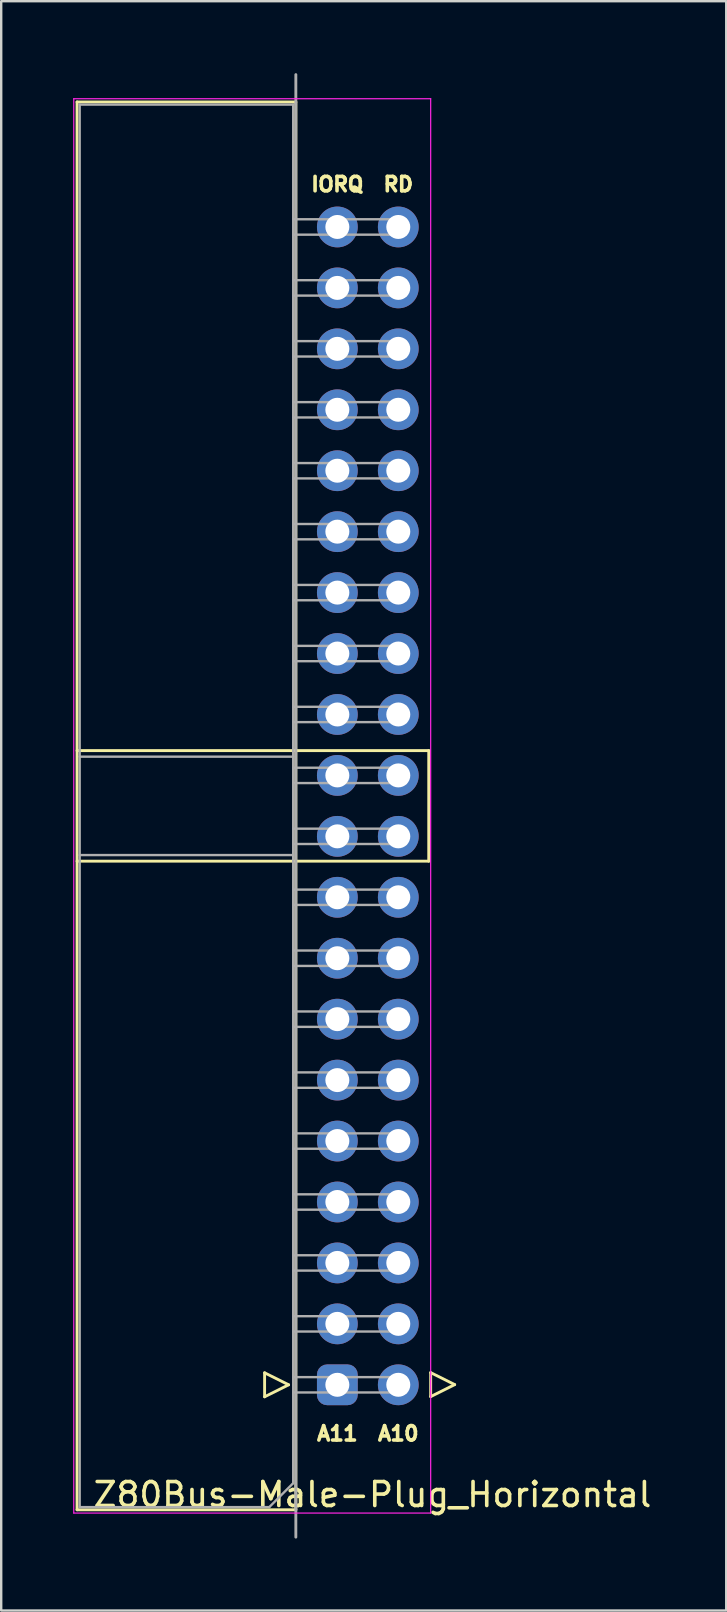
<source format=kicad_pcb>
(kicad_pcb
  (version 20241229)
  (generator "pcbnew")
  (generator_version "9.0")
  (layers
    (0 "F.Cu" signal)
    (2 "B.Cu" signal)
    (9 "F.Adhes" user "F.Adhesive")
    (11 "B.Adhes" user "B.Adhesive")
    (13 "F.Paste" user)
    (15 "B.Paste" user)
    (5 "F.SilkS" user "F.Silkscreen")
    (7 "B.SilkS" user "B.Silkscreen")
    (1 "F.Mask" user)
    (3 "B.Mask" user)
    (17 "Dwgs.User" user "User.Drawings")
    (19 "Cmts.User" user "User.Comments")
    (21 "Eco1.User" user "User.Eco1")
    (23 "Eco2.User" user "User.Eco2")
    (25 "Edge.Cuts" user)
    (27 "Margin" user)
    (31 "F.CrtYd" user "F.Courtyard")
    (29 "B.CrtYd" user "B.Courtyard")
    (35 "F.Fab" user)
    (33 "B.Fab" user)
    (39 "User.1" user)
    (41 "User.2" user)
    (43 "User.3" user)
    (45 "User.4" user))
  (footprint "Z80Bus-Male-Plug_Horizontal"
    (layer "F.Cu")
    (at 12.281 30.54)
    (property "Reference" "Z80Bus-Male-Plug_Horizontal" (at 0.195 28.706 180) (layer "F.SilkS") (effects (font (size 1 1) (thickness 0.15))))
    (attr through_hole)
    (fp_line (start -12.12 -29.34) (end -3 -29.34) (stroke (width 0.12) (type solid)) (layer "F.SilkS"))
    (fp_line (start -12.12 29.34) (end -12.12 -29.34) (stroke (width 0.12) (type solid)) (layer "F.SilkS"))
    (fp_line (start -4.302 23.63) (end -4.302 24.63) (stroke (width 0.12) (type solid)) (layer "F.SilkS"))
    (fp_line (start -4.302 24.63) (end -3.302 24.13) (stroke (width 0.12) (type solid)) (layer "F.SilkS"))
    (fp_line (start -3.302 24.13) (end -4.302 23.63) (stroke (width 0.12) (type solid)) (layer "F.SilkS"))
    (fp_line (start -3 -29.34) (end -3 29.34) (stroke (width 0.12) (type solid)) (layer "F.SilkS"))
    (fp_line (start -3 29.34) (end -12.12 29.34) (stroke (width 0.12) (type solid)) (layer "F.SilkS"))
    (fp_line (start 2.54 -2.304) (end -12.12 -2.304) (stroke (width 0.12) (type solid)) (layer "F.SilkS"))
    (fp_line (start 2.54 -2.304) (end 2.54 2.304) (stroke (width 0.12) (type solid)) (layer "F.SilkS"))
    (fp_line (start 2.54 2.304) (end -12.12 2.304) (stroke (width 0.12) (type solid)) (layer "F.SilkS"))
    (fp_line (start 2.62 23.622) (end 2.62 24.622) (stroke (width 0.12) (type solid)) (layer "F.SilkS"))
    (fp_line (start 2.62 24.622) (end 3.62 24.122) (stroke (width 0.12) (type solid)) (layer "F.SilkS"))
    (fp_line (start 3.62 24.122) (end 2.62 23.622) (stroke (width 0.12) (type solid)) (layer "F.SilkS"))
    (fp_line (start -12.256 -29.476) (end -12.256 29.476) (stroke (width 0.05) (type solid)) (layer "F.CrtYd"))
    (fp_line (start -12.256 29.476) (end 2.62 29.476) (stroke (width 0.05) (type solid)) (layer "F.CrtYd"))
    (fp_line (start 2.62 -29.476) (end -12.256 -29.476) (stroke (width 0.05) (type solid)) (layer "F.CrtYd"))
    (fp_line (start 2.62 29.476) (end 2.62 -29.476) (stroke (width 0.05) (type solid)) (layer "F.CrtYd"))
    (fp_line (start -12.01 -29.23) (end -3.11 -29.23) (stroke (width 0.1) (type solid)) (layer "F.Fab"))
    (fp_line (start -12.01 29.23) (end -12.01 -29.23) (stroke (width 0.1) (type solid)) (layer "F.Fab"))
    (fp_line (start -4.11 29.23) (end -12.01 29.23) (stroke (width 0.1) (type solid)) (layer "F.Fab"))
    (fp_line (start -3.11 -29.23) (end -3.11 28.23) (stroke (width 0.1) (type solid)) (layer "F.Fab"))
    (fp_line (start -3.11 -23.81) (end 1.59 -23.81) (stroke (width 0.1) (type solid)) (layer "F.Fab"))
    (fp_line (start -3.11 -21.27) (end 1.59 -21.27) (stroke (width 0.1) (type solid)) (layer "F.Fab"))
    (fp_line (start -3.11 -18.73) (end 1.59 -18.73) (stroke (width 0.1) (type solid)) (layer "F.Fab"))
    (fp_line (start -3.11 -16.19) (end 1.59 -16.19) (stroke (width 0.1) (type solid)) (layer "F.Fab"))
    (fp_line (start -3.11 -13.65) (end 1.59 -13.65) (stroke (width 0.1) (type solid)) (layer "F.Fab"))
    (fp_line (start -3.11 -11.11) (end 1.59 -11.11) (stroke (width 0.1) (type solid)) (layer "F.Fab"))
    (fp_line (start -3.11 -8.57) (end 1.59 -8.57) (stroke (width 0.1) (type solid)) (layer "F.Fab"))
    (fp_line (start -3.11 -6.03) (end 1.59 -6.03) (stroke (width 0.1) (type solid)) (layer "F.Fab"))
    (fp_line (start -3.11 -3.49) (end 1.59 -3.49) (stroke (width 0.1) (type solid)) (layer "F.Fab"))
    (fp_line (start -3.11 -2.05) (end -12.01 -2.05) (stroke (width 0.1) (type solid)) (layer "F.Fab"))
    (fp_line (start -3.11 -0.95) (end 1.59 -0.95) (stroke (width 0.1) (type solid)) (layer "F.Fab"))
    (fp_line (start -3.11 1.59) (end 1.59 1.59) (stroke (width 0.1) (type solid)) (layer "F.Fab"))
    (fp_line (start -3.11 2.05) (end -12.01 2.05) (stroke (width 0.1) (type solid)) (layer "F.Fab"))
    (fp_line (start -3.11 4.13) (end 1.59 4.13) (stroke (width 0.1) (type solid)) (layer "F.Fab"))
    (fp_line (start -3.11 6.67) (end 1.59 6.67) (stroke (width 0.1) (type solid)) (layer "F.Fab"))
    (fp_line (start -3.11 9.21) (end 1.59 9.21) (stroke (width 0.1) (type solid)) (layer "F.Fab"))
    (fp_line (start -3.11 11.75) (end 1.59 11.75) (stroke (width 0.1) (type solid)) (layer "F.Fab"))
    (fp_line (start -3.11 14.29) (end 1.59 14.29) (stroke (width 0.1) (type solid)) (layer "F.Fab"))
    (fp_line (start -3.11 16.83) (end 1.59 16.83) (stroke (width 0.1) (type solid)) (layer "F.Fab"))
    (fp_line (start -3.11 19.37) (end 1.59 19.37) (stroke (width 0.1) (type solid)) (layer "F.Fab"))
    (fp_line (start -3.11 21.91) (end 1.59 21.91) (stroke (width 0.1) (type solid)) (layer "F.Fab"))
    (fp_line (start -3.11 24.45) (end 1.59 24.45) (stroke (width 0.1) (type solid)) (layer "F.Fab"))
    (fp_line (start -3.11 28.23) (end -4.11 29.23) (stroke (width 0.1) (type solid)) (layer "F.Fab"))
    (fp_line (start -3 -30.48) (end -3 30.48) (stroke (width 0.12) (type solid)) (layer "F.Fab"))
    (fp_line (start 1.59 -24.45) (end -3.11 -24.45) (stroke (width 0.1) (type solid)) (layer "F.Fab"))
    (fp_line (start 1.59 -23.81) (end 1.59 -24.45) (stroke (width 0.1) (type solid)) (layer "F.Fab"))
    (fp_line (start 1.59 -21.91) (end -3.11 -21.91) (stroke (width 0.1) (type solid)) (layer "F.Fab"))
    (fp_line (start 1.59 -21.27) (end 1.59 -21.91) (stroke (width 0.1) (type solid)) (layer "F.Fab"))
    (fp_line (start 1.59 -19.37) (end -3.11 -19.37) (stroke (width 0.1) (type solid)) (layer "F.Fab"))
    (fp_line (start 1.59 -18.73) (end 1.59 -19.37) (stroke (width 0.1) (type solid)) (layer "F.Fab"))
    (fp_line (start 1.59 -16.83) (end -3.11 -16.83) (stroke (width 0.1) (type solid)) (layer "F.Fab"))
    (fp_line (start 1.59 -16.19) (end 1.59 -16.83) (stroke (width 0.1) (type solid)) (layer "F.Fab"))
    (fp_line (start 1.59 -14.29) (end -3.11 -14.29) (stroke (width 0.1) (type solid)) (layer "F.Fab"))
    (fp_line (start 1.59 -13.65) (end 1.59 -14.29) (stroke (width 0.1) (type solid)) (layer "F.Fab"))
    (fp_line (start 1.59 -11.75) (end -3.11 -11.75) (stroke (width 0.1) (type solid)) (layer "F.Fab"))
    (fp_line (start 1.59 -11.11) (end 1.59 -11.75) (stroke (width 0.1) (type solid)) (layer "F.Fab"))
    (fp_line (start 1.59 -9.21) (end -3.11 -9.21) (stroke (width 0.1) (type solid)) (layer "F.Fab"))
    (fp_line (start 1.59 -8.57) (end 1.59 -9.21) (stroke (width 0.1) (type solid)) (layer "F.Fab"))
    (fp_line (start 1.59 -6.67) (end -3.11 -6.67) (stroke (width 0.1) (type solid)) (layer "F.Fab"))
    (fp_line (start 1.59 -6.03) (end 1.59 -6.67) (stroke (width 0.1) (type solid)) (layer "F.Fab"))
    (fp_line (start 1.59 -4.13) (end -3.11 -4.13) (stroke (width 0.1) (type solid)) (layer "F.Fab"))
    (fp_line (start 1.59 -3.49) (end 1.59 -4.13) (stroke (width 0.1) (type solid)) (layer "F.Fab"))
    (fp_line (start 1.59 -1.59) (end -3.11 -1.59) (stroke (width 0.1) (type solid)) (layer "F.Fab"))
    (fp_line (start 1.59 -0.95) (end 1.59 -1.59) (stroke (width 0.1) (type solid)) (layer "F.Fab"))
    (fp_line (start 1.59 0.95) (end -3.11 0.95) (stroke (width 0.1) (type solid)) (layer "F.Fab"))
    (fp_line (start 1.59 1.59) (end 1.59 0.95) (stroke (width 0.1) (type solid)) (layer "F.Fab"))
    (fp_line (start 1.59 3.49) (end -3.11 3.49) (stroke (width 0.1) (type solid)) (layer "F.Fab"))
    (fp_line (start 1.59 4.13) (end 1.59 3.49) (stroke (width 0.1) (type solid)) (layer "F.Fab"))
    (fp_line (start 1.59 6.03) (end -3.11 6.03) (stroke (width 0.1) (type solid)) (layer "F.Fab"))
    (fp_line (start 1.59 6.67) (end 1.59 6.03) (stroke (width 0.1) (type solid)) (layer "F.Fab"))
    (fp_line (start 1.59 8.57) (end -3.11 8.57) (stroke (width 0.1) (type solid)) (layer "F.Fab"))
    (fp_line (start 1.59 9.21) (end 1.59 8.57) (stroke (width 0.1) (type solid)) (layer "F.Fab"))
    (fp_line (start 1.59 11.11) (end -3.11 11.11) (stroke (width 0.1) (type solid)) (layer "F.Fab"))
    (fp_line (start 1.59 11.75) (end 1.59 11.11) (stroke (width 0.1) (type solid)) (layer "F.Fab"))
    (fp_line (start 1.59 13.65) (end -3.11 13.65) (stroke (width 0.1) (type solid)) (layer "F.Fab"))
    (fp_line (start 1.59 14.29) (end 1.59 13.65) (stroke (width 0.1) (type solid)) (layer "F.Fab"))
    (fp_line (start 1.59 16.19) (end -3.11 16.19) (stroke (width 0.1) (type solid)) (layer "F.Fab"))
    (fp_line (start 1.59 16.83) (end 1.59 16.19) (stroke (width 0.1) (type solid)) (layer "F.Fab"))
    (fp_line (start 1.59 18.73) (end -3.11 18.73) (stroke (width 0.1) (type solid)) (layer "F.Fab"))
    (fp_line (start 1.59 19.37) (end 1.59 18.73) (stroke (width 0.1) (type solid)) (layer "F.Fab"))
    (fp_line (start 1.59 21.27) (end -3.11 21.27) (stroke (width 0.1) (type solid)) (layer "F.Fab"))
    (fp_line (start 1.59 21.91) (end 1.59 21.27) (stroke (width 0.1) (type solid)) (layer "F.Fab"))
    (fp_line (start 1.59 23.81) (end -3.11 23.81) (stroke (width 0.1) (type solid)) (layer "F.Fab"))
    (fp_line (start 1.59 24.45) (end 1.59 23.81) (stroke (width 0.1) (type solid)) (layer "F.Fab"))
    (fp_text user "RD" (at 1.27 -25.908 0) (unlocked yes) (layer "F.SilkS") (effects (font (size 0.6 0.6) (thickness 0.15))))
    (fp_text user "A11" (at -1.27 26.162 0) (unlocked yes) (layer "F.SilkS") (effects (font (size 0.6 0.6) (thickness 0.15))))
    (fp_text user "A10" (at 1.27 26.162 0) (unlocked yes) (layer "F.SilkS") (effects (font (size 0.6 0.6) (thickness 0.15))))
    (fp_text user "IORQ" (at -1.27 -25.908 0) (unlocked yes) (layer "F.SilkS") (effects (font (size 0.6 0.6) (thickness 0.15))))
    (pad "+5V" thru_hole circle (at -1.27 -1.27 180) (size 1.7 1.7) (drill 1) (layers "*.Cu" "*.Mask"))
    (pad "1" thru_hole roundrect (at -1.27 24.13 180) (size 1.7 1.7) (drill 1) (layers "*.Cu" "*.Mask") (roundrect_rratio 0.25))
    (pad "2" thru_hole circle (at -1.27 21.59 180) (size 1.7 1.7) (drill 1) (layers "*.Cu" "*.Mask"))
    (pad "3" thru_hole circle (at -1.27 19.05 180) (size 1.7 1.7) (drill 1) (layers "*.Cu" "*.Mask"))
    (pad "4" thru_hole circle (at -1.27 16.51 180) (size 1.7 1.7) (drill 1) (layers "*.Cu" "*.Mask"))
    (pad "5" thru_hole circle (at -1.27 13.97 180) (size 1.7 1.7) (drill 1) (layers "*.Cu" "*.Mask"))
    (pad "6" thru_hole circle (at -1.27 11.43 180) (size 1.7 1.7) (drill 1) (layers "*.Cu" "*.Mask"))
    (pad "7" thru_hole circle (at -1.27 8.89 180) (size 1.7 1.7) (drill 1) (layers "*.Cu" "*.Mask"))
    (pad "8" thru_hole circle (at -1.27 6.35 180) (size 1.7 1.7) (drill 1) (layers "*.Cu" "*.Mask"))
    (pad "9" thru_hole circle (at -1.27 3.81 180) (size 1.7 1.7) (drill 1) (layers "*.Cu" "*.Mask"))
    (pad "10" thru_hole circle (at -1.27 1.27 180) (size 1.7 1.7) (drill 1) (layers "*.Cu" "*.Mask"))
    (pad "12" thru_hole circle (at -1.27 -3.81 180) (size 1.7 1.7) (drill 1) (layers "*.Cu" "*.Mask"))
    (pad "13" thru_hole circle (at -1.27 -6.35 180) (size 1.7 1.7) (drill 1) (layers "*.Cu" "*.Mask"))
    (pad "14" thru_hole circle (at -1.27 -8.89 180) (size 1.7 1.7) (drill 1) (layers "*.Cu" "*.Mask"))
    (pad "15" thru_hole circle (at -1.27 -11.43 180) (size 1.7 1.7) (drill 1) (layers "*.Cu" "*.Mask"))
    (pad "16" thru_hole circle (at -1.27 -13.97 180) (size 1.7 1.7) (drill 1) (layers "*.Cu" "*.Mask"))
    (pad "17" thru_hole circle (at -1.27 -16.51 180) (size 1.7 1.7) (drill 1) (layers "*.Cu" "*.Mask"))
    (pad "18" thru_hole circle (at -1.27 -19.05 180) (size 1.7 1.7) (drill 1) (layers "*.Cu" "*.Mask"))
    (pad "19" thru_hole circle (at -1.27 -21.59 180) (size 1.7 1.7) (drill 1) (layers "*.Cu" "*.Mask"))
    (pad "20" thru_hole circle (at -1.27 -24.13 180) (size 1.7 1.7) (drill 1) (layers "*.Cu" "*.Mask"))
    (pad "21" thru_hole circle (at 1.27 -24.13 180) (size 1.7 1.7) (drill 1) (layers "*.Cu" "*.Mask"))
    (pad "22" thru_hole circle (at 1.27 -21.59 180) (size 1.7 1.7) (drill 1) (layers "*.Cu" "*.Mask"))
    (pad "23" thru_hole circle (at 1.27 -19.05 180) (size 1.7 1.7) (drill 1) (layers "*.Cu" "*.Mask"))
    (pad "24" thru_hole circle (at 1.27 -16.51 180) (size 1.7 1.7) (drill 1) (layers "*.Cu" "*.Mask"))
    (pad "25" thru_hole circle (at 1.27 -13.97 180) (size 1.7 1.7) (drill 1) (layers "*.Cu" "*.Mask"))
    (pad "26" thru_hole circle (at 1.27 -11.43 180) (size 1.7 1.7) (drill 1) (layers "*.Cu" "*.Mask"))
    (pad "27" thru_hole circle (at 1.27 -8.89 180) (size 1.7 1.7) (drill 1) (layers "*.Cu" "*.Mask"))
    (pad "28" thru_hole circle (at 1.27 -6.35 180) (size 1.7 1.7) (drill 1) (layers "*.Cu" "*.Mask"))
    (pad "30" thru_hole circle (at 1.27 -1.27 180) (size 1.7 1.7) (drill 1) (layers "*.Cu" "*.Mask"))
    (pad "31" thru_hole circle (at 1.27 1.27 180) (size 1.7 1.7) (drill 1) (layers "*.Cu" "*.Mask"))
    (pad "32" thru_hole circle (at 1.27 3.81 180) (size 1.7 1.7) (drill 1) (layers "*.Cu" "*.Mask"))
    (pad "33" thru_hole circle (at 1.27 6.35 180) (size 1.7 1.7) (drill 1) (layers "*.Cu" "*.Mask"))
    (pad "34" thru_hole circle (at 1.27 8.89 180) (size 1.7 1.7) (drill 1) (layers "*.Cu" "*.Mask"))
    (pad "35" thru_hole circle (at 1.27 11.43 180) (size 1.7 1.7) (drill 1) (layers "*.Cu" "*.Mask"))
    (pad "36" thru_hole circle (at 1.27 13.97 180) (size 1.7 1.7) (drill 1) (layers "*.Cu" "*.Mask"))
    (pad "37" thru_hole circle (at 1.27 16.51 180) (size 1.7 1.7) (drill 1) (layers "*.Cu" "*.Mask"))
    (pad "38" thru_hole circle (at 1.27 19.05 180) (size 1.7 1.7) (drill 1) (layers "*.Cu" "*.Mask"))
    (pad "39" thru_hole circle (at 1.27 21.59 180) (size 1.7 1.7) (drill 1) (layers "*.Cu" "*.Mask"))
    (pad "40" thru_hole circle (at 1.27 24.13 180) (size 1.7 1.7) (drill 1) (layers "*.Cu" "*.Mask"))
    (pad "GND" thru_hole circle (at 1.27 -3.81 180) (size 1.7 1.7) (drill 1) (layers "*.Cu" "*.Mask")))
  (gr_rect
    (start -3 -3)
    (end 27.22 64.08)
    (stroke (width 0.1) (type default))
    (fill no)
    (layer "Edge.Cuts")))
</source>
